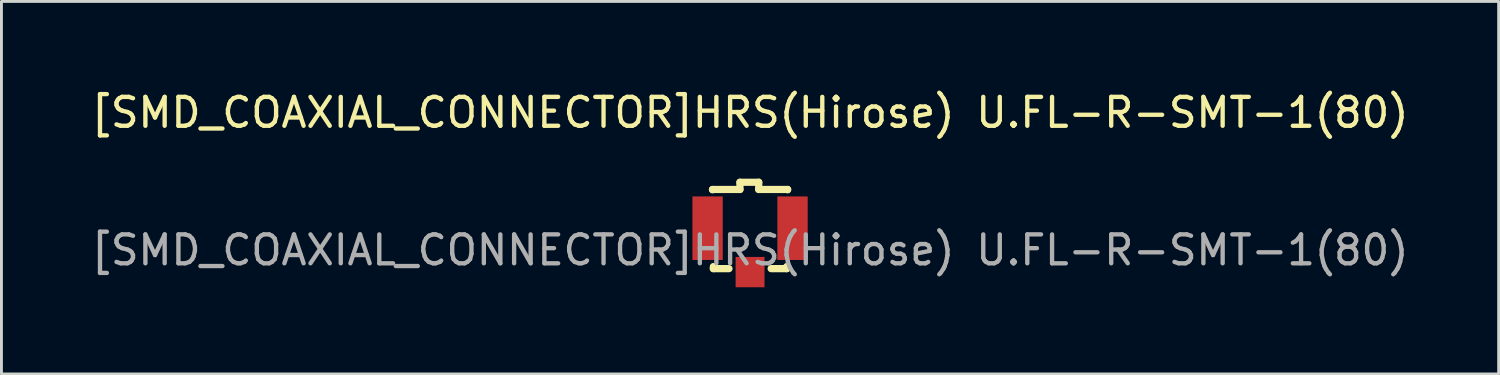
<source format=kicad_pcb>
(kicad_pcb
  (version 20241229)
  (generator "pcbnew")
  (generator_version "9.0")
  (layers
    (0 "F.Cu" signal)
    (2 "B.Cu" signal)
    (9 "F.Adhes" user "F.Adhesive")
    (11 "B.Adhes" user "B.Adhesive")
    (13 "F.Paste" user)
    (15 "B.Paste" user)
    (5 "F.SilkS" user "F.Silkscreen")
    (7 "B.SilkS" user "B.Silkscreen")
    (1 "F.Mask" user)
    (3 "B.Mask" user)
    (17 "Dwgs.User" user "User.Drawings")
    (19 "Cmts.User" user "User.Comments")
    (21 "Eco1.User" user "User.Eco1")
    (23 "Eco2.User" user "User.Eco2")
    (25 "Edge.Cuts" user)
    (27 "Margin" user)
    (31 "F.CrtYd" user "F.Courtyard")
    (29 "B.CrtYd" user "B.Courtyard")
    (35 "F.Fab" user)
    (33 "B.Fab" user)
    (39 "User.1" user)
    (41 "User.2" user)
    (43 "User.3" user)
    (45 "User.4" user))
  (footprint "[SMD_COAXIAL_CONNECTOR]HRS(Hirose) U.FL-R-SMT-1(80)"
    (layer "F.Cu")
    (at 22.911 5.608)
    (property "Reference" "[SMD_COAXIAL_CONNECTOR]HRS(Hirose) U.FL-R-SMT-1(80)" (at 0 -4.76 0) (layer "F.SilkS") (effects (font (size 1 1) (thickness 0.15))))
    (attr smd)
    (fp_line (start -1.3 -2.1) (end -0.35 -2.1) (stroke (width 0.25) (type solid)) (layer "F.SilkS"))
    (fp_line (start -1.3 -2.09) (end -1.3 -2.1) (stroke (width 0.25) (type solid)) (layer "F.SilkS"))
    (fp_line (start -1.27 0.57) (end -1.27 0.64) (stroke (width 0.25) (type solid)) (layer "F.SilkS"))
    (fp_line (start -1.27 0.64) (end -0.73 0.64) (stroke (width 0.25) (type solid)) (layer "F.SilkS"))
    (fp_line (start -0.35 -2.35) (end 0.3 -2.35) (stroke (width 0.25) (type solid)) (layer "F.SilkS"))
    (fp_line (start -0.35 -2.1) (end -0.35 -2.35) (stroke (width 0.25) (type solid)) (layer "F.SilkS"))
    (fp_line (start 0.3 -2.35) (end 0.3 -2.1) (stroke (width 0.25) (type solid)) (layer "F.SilkS"))
    (fp_line (start 0.3 -2.1) (end 1.3 -2.1) (stroke (width 0.25) (type solid)) (layer "F.SilkS"))
    (fp_line (start 0.73 0.64) (end 1.27 0.64) (stroke (width 0.25) (type solid)) (layer "F.SilkS"))
    (fp_line (start 1.27 0.64) (end 1.27 0.57) (stroke (width 0.25) (type solid)) (layer "F.SilkS"))
    (fp_line (start 1.3 -2.1) (end 1.3 -2.09) (stroke (width 0.25) (type solid)) (layer "F.SilkS"))
    (fp_circle (center 1.5 0.79) (end 1.53 0.79) (stroke (width 0.06) (type solid)) (fill no) (layer "F.Fab"))
    (fp_text user "${REFERENCE}" (at 0 0 0) (layer "F.Fab") (effects (font (size 1 1) (thickness 0.15))))
    (pad "1" smd rect (at 0 0.76) (size 1 1.05) (layers "F.Cu" "F.Mask" "F.Paste"))
    (pad "2" smd rect (at -1.47 -0.76) (size 1.05 2.2) (layers "F.Cu" "F.Mask" "F.Paste"))
    (pad "3" smd rect (at 1.47 -0.76) (size 1.05 2.2) (layers "F.Cu" "F.Mask" "F.Paste")))
  (gr_rect
    (start -3 -3)
    (end 48.821 9.893)
    (stroke (width 0.1) (type default))
    (fill no)
    (layer "Edge.Cuts")))
</source>
